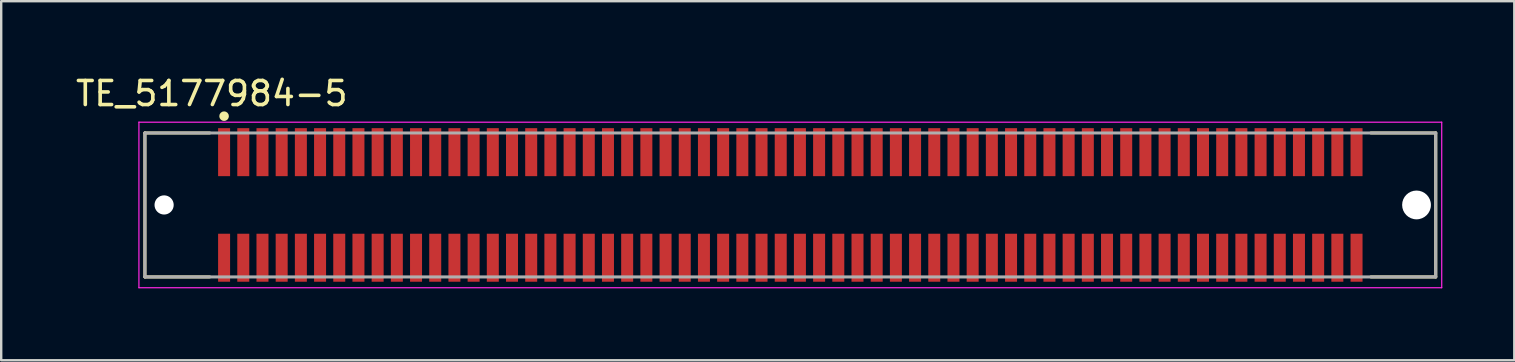
<source format=kicad_pcb>
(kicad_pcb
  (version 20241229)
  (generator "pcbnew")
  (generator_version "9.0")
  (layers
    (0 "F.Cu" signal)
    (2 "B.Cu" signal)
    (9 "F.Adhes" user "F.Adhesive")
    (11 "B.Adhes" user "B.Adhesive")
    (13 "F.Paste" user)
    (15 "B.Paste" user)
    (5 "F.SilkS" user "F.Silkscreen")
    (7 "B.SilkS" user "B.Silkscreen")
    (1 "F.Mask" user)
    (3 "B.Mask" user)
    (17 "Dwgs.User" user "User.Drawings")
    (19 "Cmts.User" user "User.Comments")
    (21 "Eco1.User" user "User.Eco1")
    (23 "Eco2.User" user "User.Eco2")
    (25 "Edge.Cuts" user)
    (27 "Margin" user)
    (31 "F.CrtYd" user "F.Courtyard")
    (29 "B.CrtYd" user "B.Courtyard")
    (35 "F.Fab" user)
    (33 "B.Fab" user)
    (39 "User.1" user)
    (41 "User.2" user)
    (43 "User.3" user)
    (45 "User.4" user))
  (footprint "TE_5177984-5"
    (layer "F.Cu")
    (at 29.89 5.492)
    (property "Reference" "TE_5177984-5" (at -24.113 -4.642 0) (layer "F.SilkS") (effects (font (size 1.002 1.002) (thickness 0.15))))
    (attr smd)
    (fp_line (start -26.9 -3) (end -26.9 3) (stroke (width 0.127) (type solid)) (layer "F.SilkS"))
    (fp_line (start -26.9 -3) (end -24.2 -3) (stroke (width 0.127) (type solid)) (layer "F.SilkS"))
    (fp_line (start -26.9 3) (end -24.2 3) (stroke (width 0.127) (type solid)) (layer "F.SilkS"))
    (fp_line (start 24.2 -3) (end 26.9 -3) (stroke (width 0.127) (type solid)) (layer "F.SilkS"))
    (fp_line (start 26.9 -3) (end 26.9 3) (stroke (width 0.127) (type solid)) (layer "F.SilkS"))
    (fp_line (start 26.9 3) (end 24.2 3) (stroke (width 0.127) (type solid)) (layer "F.SilkS"))
    (fp_circle (center -23.6 -3.7) (end -23.5 -3.7) (stroke (width 0.2) (type solid)) (fill no) (layer "F.SilkS"))
    (fp_line (start -27.15 -3.45) (end -27.15 3.45) (stroke (width 0.05) (type solid)) (layer "F.CrtYd"))
    (fp_line (start -27.15 3.45) (end 27.15 3.45) (stroke (width 0.05) (type solid)) (layer "F.CrtYd"))
    (fp_line (start 27.15 -3.45) (end -27.15 -3.45) (stroke (width 0.05) (type solid)) (layer "F.CrtYd"))
    (fp_line (start 27.15 3.45) (end 27.15 -3.45) (stroke (width 0.05) (type solid)) (layer "F.CrtYd"))
    (fp_line (start -26.9 -3) (end -26.9 3) (stroke (width 0.127) (type solid)) (layer "F.Fab"))
    (fp_line (start -26.9 3) (end 26.9 3) (stroke (width 0.127) (type solid)) (layer "F.Fab"))
    (fp_line (start 26.9 -3) (end -26.9 -3) (stroke (width 0.127) (type solid)) (layer "F.Fab"))
    (fp_line (start 26.9 3) (end 26.9 -3) (stroke (width 0.127) (type solid)) (layer "F.Fab"))
    (pad "" np_thru_hole circle (at -26.1 0) (size 0.8 0.8) (drill 0.8) (layers "*.Cu" "*.Mask"))
    (pad "" np_thru_hole circle (at 26.1 0) (size 1.2 1.2) (drill 1.2) (layers "*.Cu" "*.Mask"))
    (pad "1" smd rect (at -23.6 -2.2 90) (size 2 0.5) (layers "F.Cu" "F.Mask" "F.Paste"))
    (pad "2" smd rect (at -23.6 2.2 90) (size 2 0.5) (layers "F.Cu" "F.Mask" "F.Paste"))
    (pad "3" smd rect (at -22.8 -2.2 90) (size 2 0.5) (layers "F.Cu" "F.Mask" "F.Paste"))
    (pad "4" smd rect (at -22.8 2.2 90) (size 2 0.5) (layers "F.Cu" "F.Mask" "F.Paste"))
    (pad "5" smd rect (at -22 -2.2 90) (size 2 0.5) (layers "F.Cu" "F.Mask" "F.Paste"))
    (pad "6" smd rect (at -22 2.2 90) (size 2 0.5) (layers "F.Cu" "F.Mask" "F.Paste"))
    (pad "7" smd rect (at -21.2 -2.2 90) (size 2 0.5) (layers "F.Cu" "F.Mask" "F.Paste"))
    (pad "8" smd rect (at -21.2 2.2 90) (size 2 0.5) (layers "F.Cu" "F.Mask" "F.Paste"))
    (pad "9" smd rect (at -20.4 -2.2 90) (size 2 0.5) (layers "F.Cu" "F.Mask" "F.Paste"))
    (pad "10" smd rect (at -20.4 2.2 90) (size 2 0.5) (layers "F.Cu" "F.Mask" "F.Paste"))
    (pad "11" smd rect (at -19.6 -2.2 90) (size 2 0.5) (layers "F.Cu" "F.Mask" "F.Paste"))
    (pad "12" smd rect (at -19.6 2.2 90) (size 2 0.5) (layers "F.Cu" "F.Mask" "F.Paste"))
    (pad "13" smd rect (at -18.8 -2.2 90) (size 2 0.5) (layers "F.Cu" "F.Mask" "F.Paste"))
    (pad "14" smd rect (at -18.8 2.2 90) (size 2 0.5) (layers "F.Cu" "F.Mask" "F.Paste"))
    (pad "15" smd rect (at -18 -2.2 90) (size 2 0.5) (layers "F.Cu" "F.Mask" "F.Paste"))
    (pad "16" smd rect (at -18 2.2 90) (size 2 0.5) (layers "F.Cu" "F.Mask" "F.Paste"))
    (pad "17" smd rect (at -17.2 -2.2 90) (size 2 0.5) (layers "F.Cu" "F.Mask" "F.Paste"))
    (pad "18" smd rect (at -17.2 2.2 90) (size 2 0.5) (layers "F.Cu" "F.Mask" "F.Paste"))
    (pad "19" smd rect (at -16.4 -2.2 90) (size 2 0.5) (layers "F.Cu" "F.Mask" "F.Paste"))
    (pad "20" smd rect (at -16.4 2.2 90) (size 2 0.5) (layers "F.Cu" "F.Mask" "F.Paste"))
    (pad "21" smd rect (at -15.6 -2.2 90) (size 2 0.5) (layers "F.Cu" "F.Mask" "F.Paste"))
    (pad "22" smd rect (at -15.6 2.2 90) (size 2 0.5) (layers "F.Cu" "F.Mask" "F.Paste"))
    (pad "23" smd rect (at -14.8 -2.2 90) (size 2 0.5) (layers "F.Cu" "F.Mask" "F.Paste"))
    (pad "24" smd rect (at -14.8 2.2 90) (size 2 0.5) (layers "F.Cu" "F.Mask" "F.Paste"))
    (pad "25" smd rect (at -14 -2.2 90) (size 2 0.5) (layers "F.Cu" "F.Mask" "F.Paste"))
    (pad "26" smd rect (at -14 2.2 90) (size 2 0.5) (layers "F.Cu" "F.Mask" "F.Paste"))
    (pad "27" smd rect (at -13.2 -2.2 90) (size 2 0.5) (layers "F.Cu" "F.Mask" "F.Paste"))
    (pad "28" smd rect (at -13.2 2.2 90) (size 2 0.5) (layers "F.Cu" "F.Mask" "F.Paste"))
    (pad "29" smd rect (at -12.4 -2.2 90) (size 2 0.5) (layers "F.Cu" "F.Mask" "F.Paste"))
    (pad "30" smd rect (at -12.4 2.2 90) (size 2 0.5) (layers "F.Cu" "F.Mask" "F.Paste"))
    (pad "31" smd rect (at -11.6 -2.2 90) (size 2 0.5) (layers "F.Cu" "F.Mask" "F.Paste"))
    (pad "32" smd rect (at -11.6 2.2 90) (size 2 0.5) (layers "F.Cu" "F.Mask" "F.Paste"))
    (pad "33" smd rect (at -10.8 -2.2 90) (size 2 0.5) (layers "F.Cu" "F.Mask" "F.Paste"))
    (pad "34" smd rect (at -10.8 2.2 90) (size 2 0.5) (layers "F.Cu" "F.Mask" "F.Paste"))
    (pad "35" smd rect (at -10 -2.2 90) (size 2 0.5) (layers "F.Cu" "F.Mask" "F.Paste"))
    (pad "36" smd rect (at -10 2.2 90) (size 2 0.5) (layers "F.Cu" "F.Mask" "F.Paste"))
    (pad "37" smd rect (at -9.2 -2.2 90) (size 2 0.5) (layers "F.Cu" "F.Mask" "F.Paste"))
    (pad "38" smd rect (at -9.2 2.2 90) (size 2 0.5) (layers "F.Cu" "F.Mask" "F.Paste"))
    (pad "39" smd rect (at -8.4 -2.2 90) (size 2 0.5) (layers "F.Cu" "F.Mask" "F.Paste"))
    (pad "40" smd rect (at -8.4 2.2 90) (size 2 0.5) (layers "F.Cu" "F.Mask" "F.Paste"))
    (pad "41" smd rect (at -7.6 -2.2 90) (size 2 0.5) (layers "F.Cu" "F.Mask" "F.Paste"))
    (pad "42" smd rect (at -7.6 2.2 90) (size 2 0.5) (layers "F.Cu" "F.Mask" "F.Paste"))
    (pad "43" smd rect (at -6.8 -2.2 90) (size 2 0.5) (layers "F.Cu" "F.Mask" "F.Paste"))
    (pad "44" smd rect (at -6.8 2.2 90) (size 2 0.5) (layers "F.Cu" "F.Mask" "F.Paste"))
    (pad "45" smd rect (at -6 -2.2 90) (size 2 0.5) (layers "F.Cu" "F.Mask" "F.Paste"))
    (pad "46" smd rect (at -6 2.2 90) (size 2 0.5) (layers "F.Cu" "F.Mask" "F.Paste"))
    (pad "47" smd rect (at -5.2 -2.2 90) (size 2 0.5) (layers "F.Cu" "F.Mask" "F.Paste"))
    (pad "48" smd rect (at -5.2 2.2 90) (size 2 0.5) (layers "F.Cu" "F.Mask" "F.Paste"))
    (pad "49" smd rect (at -4.4 -2.2 90) (size 2 0.5) (layers "F.Cu" "F.Mask" "F.Paste"))
    (pad "50" smd rect (at -4.4 2.2 90) (size 2 0.5) (layers "F.Cu" "F.Mask" "F.Paste"))
    (pad "51" smd rect (at -3.6 -2.2 90) (size 2 0.5) (layers "F.Cu" "F.Mask" "F.Paste"))
    (pad "52" smd rect (at -3.6 2.2 90) (size 2 0.5) (layers "F.Cu" "F.Mask" "F.Paste"))
    (pad "53" smd rect (at -2.8 -2.2 90) (size 2 0.5) (layers "F.Cu" "F.Mask" "F.Paste"))
    (pad "54" smd rect (at -2.8 2.2 90) (size 2 0.5) (layers "F.Cu" "F.Mask" "F.Paste"))
    (pad "55" smd rect (at -2 -2.2 90) (size 2 0.5) (layers "F.Cu" "F.Mask" "F.Paste"))
    (pad "56" smd rect (at -2 2.2 90) (size 2 0.5) (layers "F.Cu" "F.Mask" "F.Paste"))
    (pad "57" smd rect (at -1.2 -2.2 90) (size 2 0.5) (layers "F.Cu" "F.Mask" "F.Paste"))
    (pad "58" smd rect (at -1.2 2.2 90) (size 2 0.5) (layers "F.Cu" "F.Mask" "F.Paste"))
    (pad "59" smd rect (at -0.4 -2.2 90) (size 2 0.5) (layers "F.Cu" "F.Mask" "F.Paste"))
    (pad "60" smd rect (at -0.4 2.2 90) (size 2 0.5) (layers "F.Cu" "F.Mask" "F.Paste"))
    (pad "61" smd rect (at 0.4 -2.2 90) (size 2 0.5) (layers "F.Cu" "F.Mask" "F.Paste"))
    (pad "62" smd rect (at 0.4 2.2 90) (size 2 0.5) (layers "F.Cu" "F.Mask" "F.Paste"))
    (pad "63" smd rect (at 1.2 -2.2 90) (size 2 0.5) (layers "F.Cu" "F.Mask" "F.Paste"))
    (pad "64" smd rect (at 1.2 2.2 90) (size 2 0.5) (layers "F.Cu" "F.Mask" "F.Paste"))
    (pad "65" smd rect (at 2 -2.2 90) (size 2 0.5) (layers "F.Cu" "F.Mask" "F.Paste"))
    (pad "66" smd rect (at 2 2.2 90) (size 2 0.5) (layers "F.Cu" "F.Mask" "F.Paste"))
    (pad "67" smd rect (at 2.8 -2.2 90) (size 2 0.5) (layers "F.Cu" "F.Mask" "F.Paste"))
    (pad "68" smd rect (at 2.8 2.2 90) (size 2 0.5) (layers "F.Cu" "F.Mask" "F.Paste"))
    (pad "69" smd rect (at 3.6 -2.2 90) (size 2 0.5) (layers "F.Cu" "F.Mask" "F.Paste"))
    (pad "70" smd rect (at 3.6 2.2 90) (size 2 0.5) (layers "F.Cu" "F.Mask" "F.Paste"))
    (pad "71" smd rect (at 4.4 -2.2 90) (size 2 0.5) (layers "F.Cu" "F.Mask" "F.Paste"))
    (pad "72" smd rect (at 4.4 2.2 90) (size 2 0.5) (layers "F.Cu" "F.Mask" "F.Paste"))
    (pad "73" smd rect (at 5.2 -2.2 90) (size 2 0.5) (layers "F.Cu" "F.Mask" "F.Paste"))
    (pad "74" smd rect (at 5.2 2.2 90) (size 2 0.5) (layers "F.Cu" "F.Mask" "F.Paste"))
    (pad "75" smd rect (at 6 -2.2 90) (size 2 0.5) (layers "F.Cu" "F.Mask" "F.Paste"))
    (pad "76" smd rect (at 6 2.2 90) (size 2 0.5) (layers "F.Cu" "F.Mask" "F.Paste"))
    (pad "77" smd rect (at 6.8 -2.2 90) (size 2 0.5) (layers "F.Cu" "F.Mask" "F.Paste"))
    (pad "78" smd rect (at 6.8 2.2 90) (size 2 0.5) (layers "F.Cu" "F.Mask" "F.Paste"))
    (pad "79" smd rect (at 7.6 -2.2 90) (size 2 0.5) (layers "F.Cu" "F.Mask" "F.Paste"))
    (pad "80" smd rect (at 7.6 2.2 90) (size 2 0.5) (layers "F.Cu" "F.Mask" "F.Paste"))
    (pad "81" smd rect (at 8.4 -2.2 90) (size 2 0.5) (layers "F.Cu" "F.Mask" "F.Paste"))
    (pad "82" smd rect (at 8.4 2.2 90) (size 2 0.5) (layers "F.Cu" "F.Mask" "F.Paste"))
    (pad "83" smd rect (at 9.2 -2.2 90) (size 2 0.5) (layers "F.Cu" "F.Mask" "F.Paste"))
    (pad "84" smd rect (at 9.2 2.2 90) (size 2 0.5) (layers "F.Cu" "F.Mask" "F.Paste"))
    (pad "85" smd rect (at 10 -2.2 90) (size 2 0.5) (layers "F.Cu" "F.Mask" "F.Paste"))
    (pad "86" smd rect (at 10 2.2 90) (size 2 0.5) (layers "F.Cu" "F.Mask" "F.Paste"))
    (pad "87" smd rect (at 10.8 -2.2 90) (size 2 0.5) (layers "F.Cu" "F.Mask" "F.Paste"))
    (pad "88" smd rect (at 10.8 2.2 90) (size 2 0.5) (layers "F.Cu" "F.Mask" "F.Paste"))
    (pad "89" smd rect (at 11.6 -2.2 90) (size 2 0.5) (layers "F.Cu" "F.Mask" "F.Paste"))
    (pad "90" smd rect (at 11.6 2.2 90) (size 2 0.5) (layers "F.Cu" "F.Mask" "F.Paste"))
    (pad "91" smd rect (at 12.4 -2.2 90) (size 2 0.5) (layers "F.Cu" "F.Mask" "F.Paste"))
    (pad "92" smd rect (at 12.4 2.2 90) (size 2 0.5) (layers "F.Cu" "F.Mask" "F.Paste"))
    (pad "93" smd rect (at 13.2 -2.2 90) (size 2 0.5) (layers "F.Cu" "F.Mask" "F.Paste"))
    (pad "94" smd rect (at 13.2 2.2 90) (size 2 0.5) (layers "F.Cu" "F.Mask" "F.Paste"))
    (pad "95" smd rect (at 14 -2.2 90) (size 2 0.5) (layers "F.Cu" "F.Mask" "F.Paste"))
    (pad "96" smd rect (at 14 2.2 90) (size 2 0.5) (layers "F.Cu" "F.Mask" "F.Paste"))
    (pad "97" smd rect (at 14.8 -2.2 90) (size 2 0.5) (layers "F.Cu" "F.Mask" "F.Paste"))
    (pad "98" smd rect (at 14.8 2.2 90) (size 2 0.5) (layers "F.Cu" "F.Mask" "F.Paste"))
    (pad "99" smd rect (at 15.6 -2.2 90) (size 2 0.5) (layers "F.Cu" "F.Mask" "F.Paste"))
    (pad "100" smd rect (at 15.6 2.2 90) (size 2 0.5) (layers "F.Cu" "F.Mask" "F.Paste"))
    (pad "101" smd rect (at 16.4 -2.2 90) (size 2 0.5) (layers "F.Cu" "F.Mask" "F.Paste"))
    (pad "102" smd rect (at 16.4 2.2 90) (size 2 0.5) (layers "F.Cu" "F.Mask" "F.Paste"))
    (pad "103" smd rect (at 17.2 -2.2 90) (size 2 0.5) (layers "F.Cu" "F.Mask" "F.Paste"))
    (pad "104" smd rect (at 17.2 2.2 90) (size 2 0.5) (layers "F.Cu" "F.Mask" "F.Paste"))
    (pad "105" smd rect (at 18 -2.2 90) (size 2 0.5) (layers "F.Cu" "F.Mask" "F.Paste"))
    (pad "106" smd rect (at 18 2.2 90) (size 2 0.5) (layers "F.Cu" "F.Mask" "F.Paste"))
    (pad "107" smd rect (at 18.8 -2.2 90) (size 2 0.5) (layers "F.Cu" "F.Mask" "F.Paste"))
    (pad "108" smd rect (at 18.8 2.2 90) (size 2 0.5) (layers "F.Cu" "F.Mask" "F.Paste"))
    (pad "109" smd rect (at 19.6 -2.2 90) (size 2 0.5) (layers "F.Cu" "F.Mask" "F.Paste"))
    (pad "110" smd rect (at 19.6 2.2 90) (size 2 0.5) (layers "F.Cu" "F.Mask" "F.Paste"))
    (pad "111" smd rect (at 20.4 -2.2 90) (size 2 0.5) (layers "F.Cu" "F.Mask" "F.Paste"))
    (pad "112" smd rect (at 20.4 2.2 90) (size 2 0.5) (layers "F.Cu" "F.Mask" "F.Paste"))
    (pad "113" smd rect (at 21.2 -2.2 90) (size 2 0.5) (layers "F.Cu" "F.Mask" "F.Paste"))
    (pad "114" smd rect (at 21.2 2.2 90) (size 2 0.5) (layers "F.Cu" "F.Mask" "F.Paste"))
    (pad "115" smd rect (at 22 -2.2 90) (size 2 0.5) (layers "F.Cu" "F.Mask" "F.Paste"))
    (pad "116" smd rect (at 22 2.2 90) (size 2 0.5) (layers "F.Cu" "F.Mask" "F.Paste"))
    (pad "117" smd rect (at 22.8 -2.2 90) (size 2 0.5) (layers "F.Cu" "F.Mask" "F.Paste"))
    (pad "118" smd rect (at 22.8 2.2 90) (size 2 0.5) (layers "F.Cu" "F.Mask" "F.Paste"))
    (pad "119" smd rect (at 23.6 -2.2 90) (size 2 0.5) (layers "F.Cu" "F.Mask" "F.Paste"))
    (pad "120" smd rect (at 23.6 2.2 90) (size 2 0.5) (layers "F.Cu" "F.Mask" "F.Paste")))
  (gr_rect
    (start -3 -3)
    (end 60.065 11.967)
    (stroke (width 0.1) (type default))
    (fill no)
    (layer "Edge.Cuts")))
</source>
